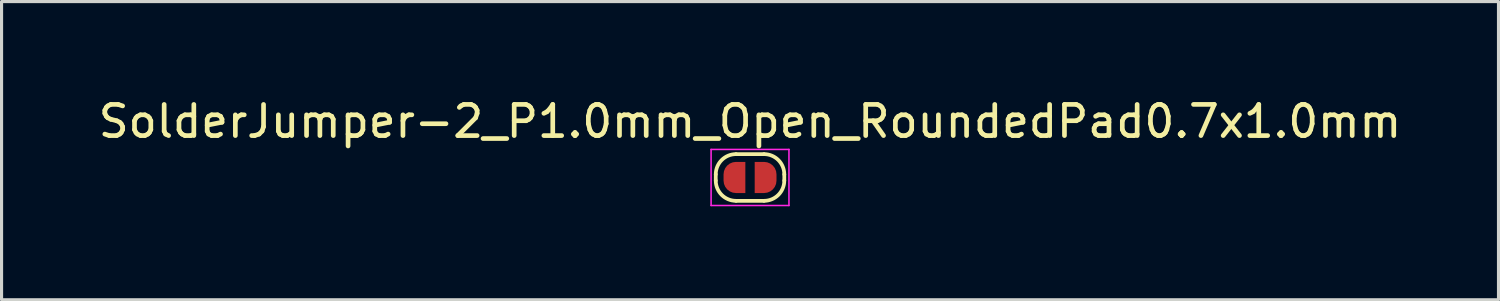
<source format=kicad_pcb>
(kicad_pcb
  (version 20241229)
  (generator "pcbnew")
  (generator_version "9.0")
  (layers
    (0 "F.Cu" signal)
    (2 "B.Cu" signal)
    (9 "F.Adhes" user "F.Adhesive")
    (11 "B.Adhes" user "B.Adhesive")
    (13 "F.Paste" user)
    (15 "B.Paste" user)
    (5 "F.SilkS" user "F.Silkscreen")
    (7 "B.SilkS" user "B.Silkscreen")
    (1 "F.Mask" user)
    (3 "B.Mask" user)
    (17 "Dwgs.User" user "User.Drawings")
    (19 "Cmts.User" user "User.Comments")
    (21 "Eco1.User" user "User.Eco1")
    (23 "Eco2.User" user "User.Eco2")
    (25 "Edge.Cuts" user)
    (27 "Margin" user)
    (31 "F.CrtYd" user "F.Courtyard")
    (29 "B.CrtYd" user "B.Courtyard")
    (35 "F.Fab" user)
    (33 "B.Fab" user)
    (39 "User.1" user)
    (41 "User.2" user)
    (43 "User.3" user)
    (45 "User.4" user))
  (footprint "SolderJumper-2_P1.0mm_Open_RoundedPad0.7x1.0mm"
    (layer "F.Cu")
    (at 21.03 2.648)
    (property "Reference" "SolderJumper-2_P1.0mm_Open_RoundedPad0.7x1.0mm" (at 0 -1.8 0) (layer "F.SilkS") (effects (font (size 1 1) (thickness 0.15))))
    (attr exclude_from_pos_files exclude_from_bom)
    (fp_poly (pts (xy -0.45 0.1) (xy 0.45 0.1) (xy 0.45 -0.1) (xy -0.45 -0.1)) (stroke (width 1.2) (type solid)) (fill yes) (layer "F.Mask"))
    (fp_line (start -1.1 0.1) (end -1.1 -0.1) (stroke (width 0.12) (type solid)) (layer "F.SilkS"))
    (fp_line (start -0.45 -0.75) (end 0.45 -0.75) (stroke (width 0.12) (type solid)) (layer "F.SilkS"))
    (fp_line (start 0.45 0.75) (end -0.45 0.75) (stroke (width 0.12) (type solid)) (layer "F.SilkS"))
    (fp_line (start 1.1 -0.1) (end 1.1 0.1) (stroke (width 0.12) (type solid)) (layer "F.SilkS"))
    (fp_arc (start -1.1 -0.1) (mid -0.909619 -0.559619) (end -0.45 -0.75) (stroke (width 0.12) (type solid)) (layer "F.SilkS"))
    (fp_arc (start -0.45 0.75) (mid -0.909619 0.559619) (end -1.1 0.1) (stroke (width 0.12) (type solid)) (layer "F.SilkS"))
    (fp_arc (start 0.45 -0.75) (mid 0.909619 -0.559619) (end 1.1 -0.1) (stroke (width 0.12) (type solid)) (layer "F.SilkS"))
    (fp_arc (start 1.1 0.1) (mid 0.909619 0.559619) (end 0.45 0.75) (stroke (width 0.12) (type solid)) (layer "F.SilkS"))
    (fp_line (start -1.25 -0.9) (end -1.25 0.9) (stroke (width 0.05) (type solid)) (layer "F.CrtYd"))
    (fp_line (start -1.25 -0.9) (end 1.25 -0.9) (stroke (width 0.05) (type solid)) (layer "F.CrtYd"))
    (fp_line (start 1.25 0.9) (end -1.25 0.9) (stroke (width 0.05) (type solid)) (layer "F.CrtYd"))
    (fp_line (start 1.25 0.9) (end 1.25 -0.9) (stroke (width 0.05) (type solid)) (layer "F.CrtYd"))
    (pad "1" smd custom (at -0.45 0) (size 0.6 0.6) (layers "F.Cu" "F.Mask") (options (anchor rect)) (primitives (gr_arc (start -0.2 -0.1) (mid -0.141421 -0.241421) (end 0 -0.3) (width 0.4)) (gr_arc (start 0 0.3) (mid -0.141421 0.241421) (end -0.2 0.1) (width 0.4)) (gr_poly (pts (xy -0.4 -0.1) (xy 0 -0.1) (xy 0 0.1) (xy -0.4 0.1)) (width 0) (fill yes)) (gr_poly (pts (xy 0 -0.5) (xy 0.3 -0.5) (xy 0.3 0.5) (xy 0 0.5)) (width 0) (fill yes))))
    (pad "2" smd custom (at 0.45 0) (size 0.6 0.6) (layers "F.Cu" "F.Mask") (options (anchor rect)) (primitives (gr_poly (pts (xy 0 -0.1) (xy 0.4 -0.1) (xy 0.4 0.1) (xy 0 0.1)) (width 0) (fill yes)) (gr_poly (pts (xy -0.3 -0.5) (xy 0 -0.5) (xy 0 0.5) (xy -0.3 0.5)) (width 0) (fill yes)) (gr_arc (start 0 -0.3) (mid 0.141421 -0.241421) (end 0.2 -0.1) (width 0.4)) (gr_arc (start 0.2 0.1) (mid 0.141421 0.241421) (end 0 0.3) (width 0.4)))))
  (gr_rect
    (start -3 -3)
    (end 45.06 6.573)
    (stroke (width 0.1) (type default))
    (fill no)
    (layer "Edge.Cuts")))
</source>
